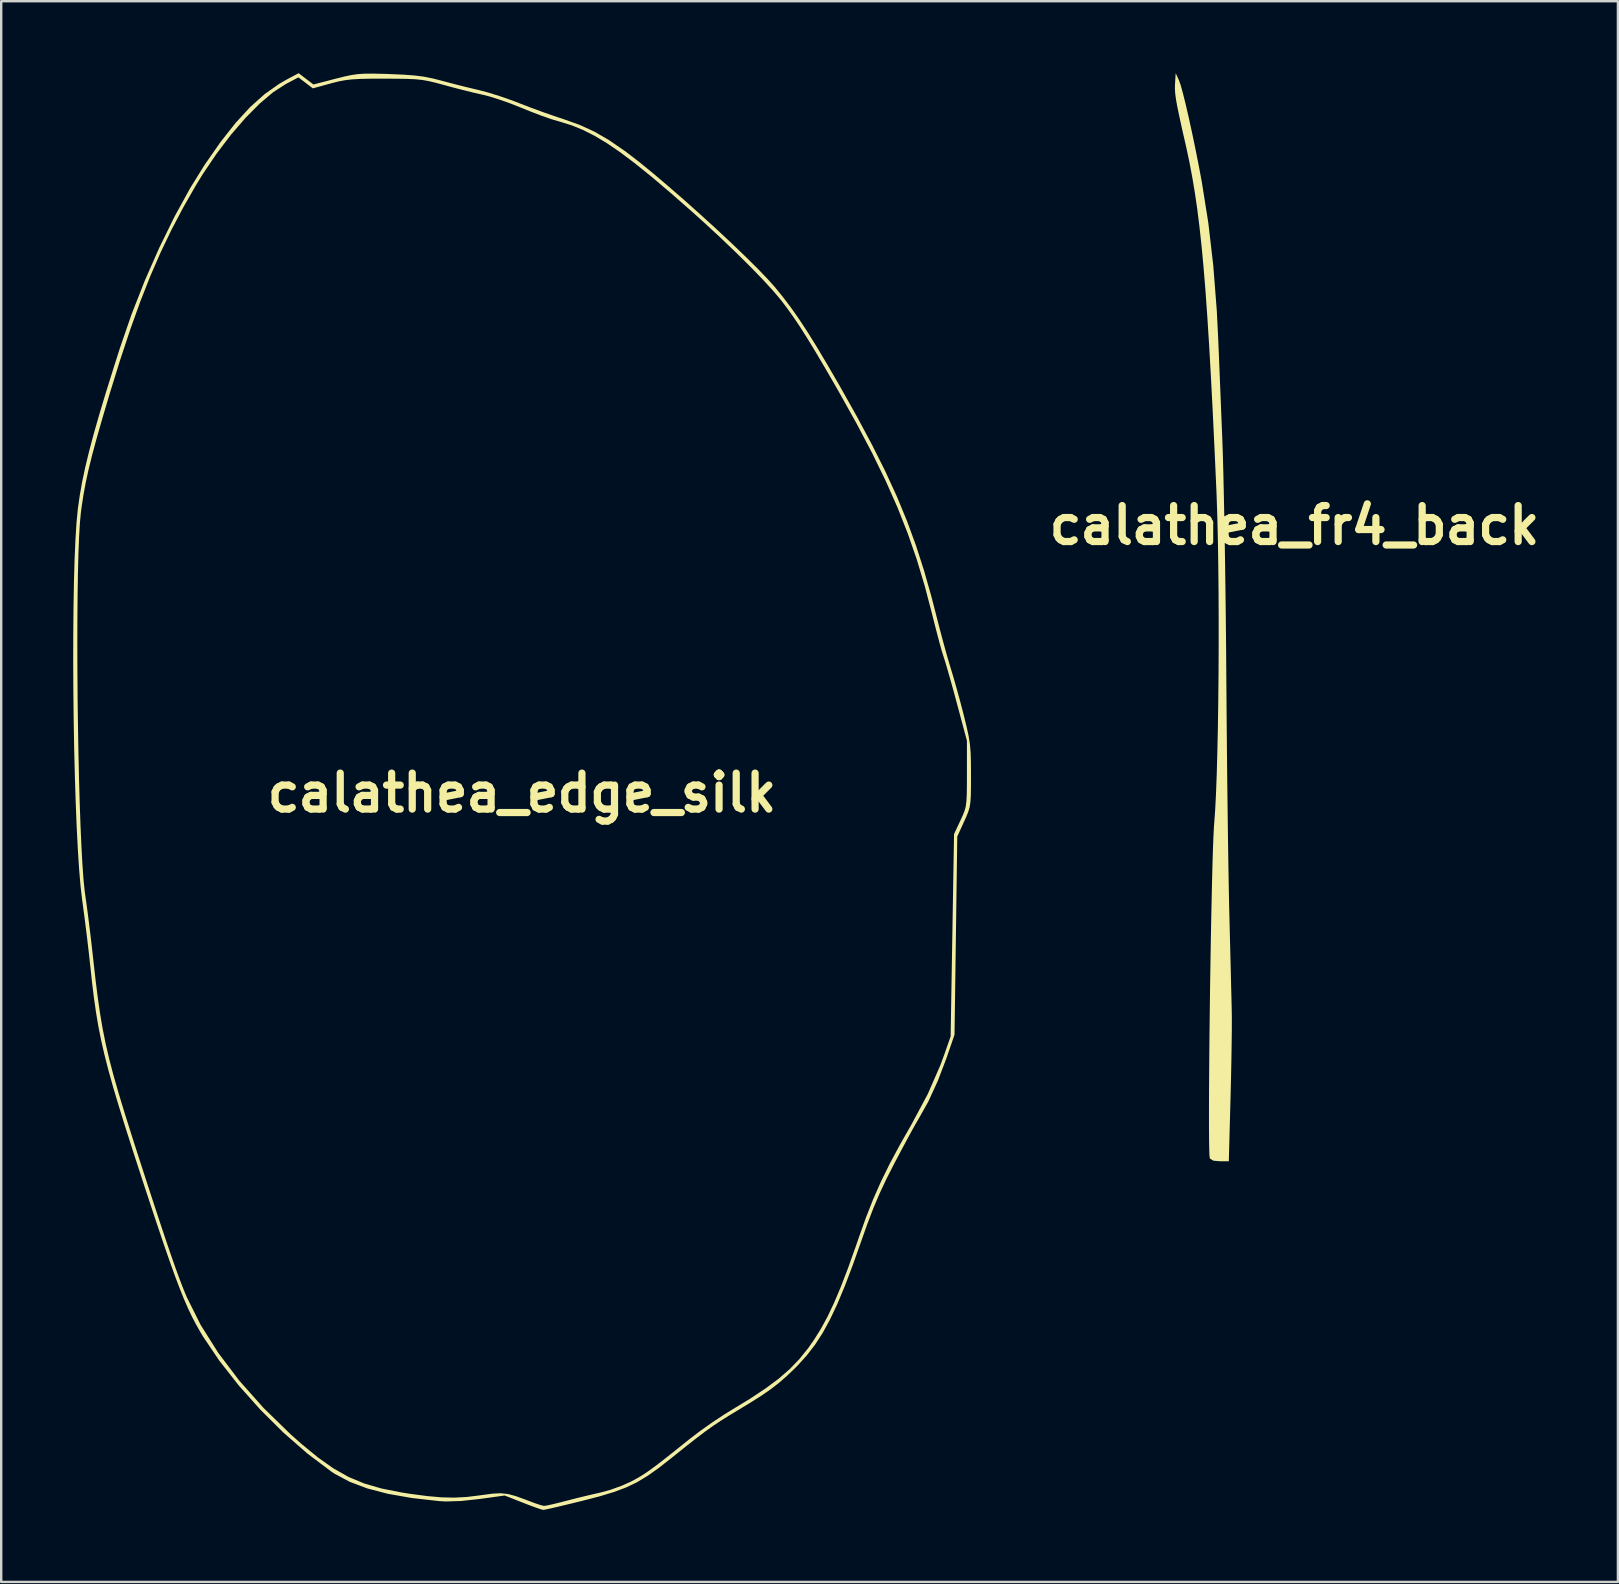
<source format=kicad_pcb>
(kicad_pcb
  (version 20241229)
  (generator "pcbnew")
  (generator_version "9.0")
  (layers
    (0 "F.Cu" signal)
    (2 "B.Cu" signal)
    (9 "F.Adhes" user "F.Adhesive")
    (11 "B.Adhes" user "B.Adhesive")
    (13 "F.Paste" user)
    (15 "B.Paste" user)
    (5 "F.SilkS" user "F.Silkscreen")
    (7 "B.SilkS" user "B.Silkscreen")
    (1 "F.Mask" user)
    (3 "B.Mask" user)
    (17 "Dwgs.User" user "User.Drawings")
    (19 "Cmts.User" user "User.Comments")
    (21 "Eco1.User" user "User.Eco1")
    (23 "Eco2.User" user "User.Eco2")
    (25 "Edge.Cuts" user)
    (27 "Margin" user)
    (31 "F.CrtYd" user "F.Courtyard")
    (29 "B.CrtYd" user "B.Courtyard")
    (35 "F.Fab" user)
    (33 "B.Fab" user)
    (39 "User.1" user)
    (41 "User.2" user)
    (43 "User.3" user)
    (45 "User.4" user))
  (footprint "calathea_edge_silk"
    (layer "F.Cu")
    (at 18.699 29.986)
    (property "Reference" "calathea_edge_silk" (at 0 0 0) (layer "F.SilkS") (effects (font (size 1.5 1.5) (thickness 0.3))))
    (attr board_only exclude_from_pos_files exclude_from_bom)
    (fp_poly (pts (xy -8.997 -29.751) (xy -8.688 -29.516) (xy -7.767 -29.755) (xy -7.404 -29.846) (xy -7.108 -29.909) (xy -6.837 -29.948) (xy -6.545 -29.967) (xy -6.188 -29.968) (xy -5.723 -29.957) (xy -5.518 -29.95) (xy -4.935 -29.925) (xy -4.473 -29.891) (xy -4.086 -29.841) (xy -3.726 -29.77) (xy -3.387 -29.684) (xy -2.919 -29.559) (xy -2.399 -29.427) (xy -1.921 -29.312) (xy -1.82 -29.289) (xy -1.41 -29.181) (xy -0.919 -29.028) (xy -0.419 -28.854) (xy -0.127 -28.742) (xy 0.37 -28.55) (xy 0.935 -28.343) (xy 1.479 -28.155) (xy 1.736 -28.071) (xy 2.407 -27.831) (xy 3.021 -27.549) (xy 3.629 -27.197) (xy 4.283 -26.747) (xy 4.41 -26.653) (xy 4.901 -26.274) (xy 5.47 -25.81) (xy 6.094 -25.281) (xy 6.754 -24.707) (xy 7.427 -24.106) (xy 8.094 -23.499) (xy 8.731 -22.904) (xy 9.319 -22.341) (xy 9.836 -21.828) (xy 10.261 -21.385) (xy 10.543 -21.069) (xy 10.882 -20.651) (xy 11.211 -20.217) (xy 11.543 -19.745) (xy 11.894 -19.211) (xy 12.278 -18.594) (xy 12.708 -17.872) (xy 13.201 -17.023) (xy 13.238 -16.959) (xy 13.963 -15.669) (xy 14.595 -14.487) (xy 15.146 -13.386) (xy 15.626 -12.34) (xy 16.046 -11.322) (xy 16.418 -10.307) (xy 16.753 -9.267) (xy 17.062 -8.178) (xy 17.229 -7.531) (xy 17.371 -6.974) (xy 17.52 -6.411) (xy 17.663 -5.888) (xy 17.788 -5.45) (xy 17.865 -5.197) (xy 17.981 -4.813) (xy 18.12 -4.325) (xy 18.265 -3.793) (xy 18.4 -3.277) (xy 18.411 -3.233) (xy 18.529 -2.752) (xy 18.612 -2.37) (xy 18.665 -2.035) (xy 18.695 -1.693) (xy 18.708 -1.292) (xy 18.711 -0.777) (xy 18.711 -0.736) (xy 18.71 -0.238) (xy 18.704 0.127) (xy 18.686 0.396) (xy 18.652 0.607) (xy 18.596 0.796) (xy 18.513 1.001) (xy 18.426 1.195) (xy 18.14 1.82) (xy 18.083 5.951) (xy 18.025 10.081) (xy 17.688 11.061) (xy 17.326 12.01) (xy 16.932 12.868) (xy 16.53 13.582) (xy 16.424 13.763) (xy 16.255 14.065) (xy 16.042 14.457) (xy 15.799 14.909) (xy 15.544 15.391) (xy 15.536 15.406) (xy 15.197 16.07) (xy 14.909 16.681) (xy 14.649 17.294) (xy 14.392 17.965) (xy 14.148 18.655) (xy 13.785 19.679) (xy 13.452 20.557) (xy 13.138 21.309) (xy 12.833 21.954) (xy 12.528 22.511) (xy 12.212 22.998) (xy 11.875 23.436) (xy 11.508 23.843) (xy 11.388 23.965) (xy 11.042 24.297) (xy 10.711 24.586) (xy 10.362 24.856) (xy 9.958 25.134) (xy 9.465 25.445) (xy 9.024 25.711) (xy 8.627 25.951) (xy 8.283 26.167) (xy 7.964 26.38) (xy 7.639 26.612) (xy 7.279 26.884) (xy 6.854 27.217) (xy 6.335 27.634) (xy 6.223 27.724) (xy 5.697 28.135) (xy 5.233 28.464) (xy 4.792 28.729) (xy 4.335 28.947) (xy 3.825 29.138) (xy 3.224 29.319) (xy 2.497 29.507) (xy 2.01 29.626) (xy 1.578 29.73) (xy 1.229 29.811) (xy 0.99 29.864) (xy 0.889 29.882) (xy 0.778 29.852) (xy 0.549 29.773) (xy 0.24 29.658) (xy 0.042 29.581) (xy -0.72 29.281) (xy -1.766 29.426) (xy -2.53 29.509) (xy -3.163 29.529) (xy -3.459 29.513) (xy -4.602 29.383) (xy -5.595 29.208) (xy -6.451 28.984) (xy -7.183 28.707) (xy -7.806 28.374) (xy -7.948 28.28) (xy -8.941 27.532) (xy -9.935 26.663) (xy -10.898 25.707) (xy -11.8 24.696) (xy -12.609 23.665) (xy -13.295 22.646) (xy -13.413 22.448) (xy -13.583 22.147) (xy -13.748 21.831) (xy -13.912 21.487) (xy -14.082 21.098) (xy -14.262 20.65) (xy -14.46 20.128) (xy -14.68 19.516) (xy -14.928 18.801) (xy -15.21 17.966) (xy -15.532 16.997) (xy -15.835 16.075) (xy -16.207 14.931) (xy -16.528 13.928) (xy -16.802 13.044) (xy -17.036 12.261) (xy -17.232 11.557) (xy -17.397 10.913) (xy -17.535 10.31) (xy -17.651 9.727) (xy -17.749 9.144) (xy -17.835 8.542) (xy -17.914 7.9) (xy -17.989 7.198) (xy -17.99 7.197) (xy -18.053 6.622) (xy -18.132 5.952) (xy -18.219 5.26) (xy -18.304 4.618) (xy -18.328 4.445) (xy -18.394 3.876) (xy -18.454 3.161) (xy -18.508 2.318) (xy -18.556 1.368) (xy -18.597 0.33) (xy -18.632 -0.776) (xy -18.66 -1.93) (xy -18.68 -3.113) (xy -18.693 -4.306) (xy -18.699 -5.488) (xy -18.697 -6.136) (xy -18.527 -6.136) (xy -18.523 -5.037) (xy -18.515 -3.916) (xy -18.5 -2.791) (xy -18.481 -1.683) (xy -18.457 -0.608) (xy -18.428 0.415) (xy -18.394 1.367) (xy -18.356 2.23) (xy -18.314 2.986) (xy -18.269 3.616) (xy -18.219 4.101) (xy -18.201 4.233) (xy -18.138 4.676) (xy -18.065 5.234) (xy -17.988 5.855) (xy -17.914 6.487) (xy -17.864 6.938) (xy -17.77 7.774) (xy -17.677 8.519) (xy -17.579 9.198) (xy -17.47 9.838) (xy -17.344 10.464) (xy -17.195 11.104) (xy -17.017 11.782) (xy -16.804 12.525) (xy -16.551 13.358) (xy -16.251 14.309) (xy -16.034 14.986) (xy -15.67 16.11) (xy -15.352 17.085) (xy -15.075 17.926) (xy -14.835 18.645) (xy -14.626 19.257) (xy -14.445 19.773) (xy -14.286 20.209) (xy -14.146 20.576) (xy -14.019 20.89) (xy -13.966 21.015) (xy -13.389 22.17) (xy -12.656 23.334) (xy -11.779 24.493) (xy -10.769 25.63) (xy -9.638 26.732) (xy -9.196 27.123) (xy -8.496 27.698) (xy -7.852 28.153) (xy -7.223 28.508) (xy -6.569 28.78) (xy -5.849 28.989) (xy -5.022 29.154) (xy -4.66 29.21) (xy -3.95 29.304) (xy -3.353 29.357) (xy -2.819 29.369) (xy -2.298 29.341) (xy -1.739 29.273) (xy -1.637 29.258) (xy -1.213 29.202) (xy -0.878 29.186) (xy -0.576 29.219) (xy -0.248 29.308) (xy 0.166 29.459) (xy 0.254 29.493) (xy 0.546 29.603) (xy 0.785 29.682) (xy 0.919 29.714) (xy 0.92 29.714) (xy 1.049 29.695) (xy 1.298 29.64) (xy 1.624 29.56) (xy 1.809 29.512) (xy 2.257 29.397) (xy 2.746 29.278) (xy 3.182 29.177) (xy 3.259 29.16) (xy 3.69 29.042) (xy 4.156 28.874) (xy 4.54 28.702) (xy 4.755 28.587) (xy 4.958 28.47) (xy 5.168 28.335) (xy 5.406 28.167) (xy 5.695 27.951) (xy 6.054 27.671) (xy 6.505 27.312) (xy 6.976 26.935) (xy 7.411 26.603) (xy 7.915 26.245) (xy 8.415 25.914) (xy 8.711 25.731) (xy 9.499 25.251) (xy 10.155 24.817) (xy 10.702 24.409) (xy 11.164 24.008) (xy 11.563 23.592) (xy 11.925 23.143) (xy 12.177 22.784) (xy 12.46 22.33) (xy 12.734 21.825) (xy 13.008 21.248) (xy 13.291 20.577) (xy 13.593 19.79) (xy 13.922 18.868) (xy 14.041 18.522) (xy 14.338 17.689) (xy 14.638 16.929) (xy 14.961 16.198) (xy 15.326 15.455) (xy 15.754 14.658) (xy 16.242 13.801) (xy 16.907 12.558) (xy 17.438 11.343) (xy 17.602 10.896) (xy 17.863 10.15) (xy 17.934 5.936) (xy 18.005 1.721) (xy 18.273 1.147) (xy 18.373 0.929) (xy 18.445 0.747) (xy 18.493 0.565) (xy 18.521 0.349) (xy 18.536 0.066) (xy 18.541 -0.321) (xy 18.542 -0.798) (xy 18.542 -2.169) (xy 18.123 -3.73) (xy 17.983 -4.249) (xy 17.847 -4.737) (xy 17.725 -5.161) (xy 17.629 -5.487) (xy 17.569 -5.673) (xy 17.502 -5.884) (xy 17.407 -6.223) (xy 17.293 -6.652) (xy 17.169 -7.134) (xy 17.09 -7.451) (xy 16.785 -8.616) (xy 16.451 -9.726) (xy 16.076 -10.808) (xy 15.65 -11.888) (xy 15.161 -12.99) (xy 14.6 -14.142) (xy 13.954 -15.369) (xy 13.213 -16.697) (xy 13.102 -16.891) (xy 12.639 -17.69) (xy 12.243 -18.361) (xy 11.899 -18.926) (xy 11.594 -19.407) (xy 11.313 -19.825) (xy 11.044 -20.202) (xy 10.793 -20.532) (xy 10.471 -20.914) (xy 10.038 -21.386) (xy 9.513 -21.927) (xy 8.914 -22.519) (xy 8.262 -23.142) (xy 7.574 -23.778) (xy 7.07 -24.231) (xy 6.188 -25.004) (xy 5.41 -25.664) (xy 4.719 -26.221) (xy 4.102 -26.686) (xy 3.544 -27.067) (xy 3.03 -27.376) (xy 2.546 -27.62) (xy 2.078 -27.811) (xy 1.61 -27.958) (xy 1.519 -27.983) (xy 1.219 -28.073) (xy 0.819 -28.213) (xy 0.375 -28.382) (xy -0.01 -28.538) (xy -0.459 -28.717) (xy -0.923 -28.882) (xy -1.342 -29.014) (xy -1.619 -29.085) (xy -1.966 -29.163) (xy -2.411 -29.273) (xy -2.889 -29.396) (xy -3.217 -29.486) (xy -3.578 -29.583) (xy -3.875 -29.654) (xy -4.148 -29.703) (xy -4.438 -29.733) (xy -4.784 -29.749) (xy -5.225 -29.756) (xy -5.715 -29.758) (xy -6.287 -29.757) (xy -6.727 -29.748) (xy -7.072 -29.729) (xy -7.358 -29.696) (xy -7.623 -29.647) (xy -7.904 -29.577) (xy -7.976 -29.557) (xy -8.714 -29.354) (xy -9.014 -29.583) (xy -9.314 -29.812) (xy -9.843 -29.532) (xy -10.366 -29.194) (xy -10.932 -28.716) (xy -11.524 -28.118) (xy -12.127 -27.419) (xy -12.722 -26.636) (xy -13.294 -25.79) (xy -13.583 -25.319) (xy -14.111 -24.397) (xy -14.597 -23.475) (xy -15.051 -22.53) (xy -15.483 -21.538) (xy -15.902 -20.475) (xy -16.317 -19.319) (xy -16.74 -18.045) (xy -17.179 -16.63) (xy -17.226 -16.472) (xy -17.5 -15.546) (xy -17.726 -14.755) (xy -17.91 -14.072) (xy -18.058 -13.472) (xy -18.176 -12.93) (xy -18.27 -12.418) (xy -18.348 -11.912) (xy -18.378 -11.684) (xy -18.419 -11.251) (xy -18.453 -10.667) (xy -18.481 -9.952) (xy -18.502 -9.122) (xy -18.516 -8.198) (xy -18.524 -7.196) (xy -18.527 -6.136) (xy -18.697 -6.136) (xy -18.696 -6.64) (xy -18.686 -7.742) (xy -18.668 -8.775) (xy -18.641 -9.718) (xy -18.605 -10.553) (xy -18.561 -11.26) (xy -18.507 -11.818) (xy -18.503 -11.85) (xy -18.426 -12.391) (xy -18.327 -12.951) (xy -18.2 -13.551) (xy -18.042 -14.208) (xy -17.848 -14.94) (xy -17.612 -15.765) (xy -17.33 -16.701) (xy -16.997 -17.765) (xy -16.749 -18.542) (xy -16.264 -19.947) (xy -15.713 -21.349) (xy -15.112 -22.713) (xy -14.478 -24.007) (xy -13.825 -25.196) (xy -13.22 -26.171) (xy -12.56 -27.118) (xy -11.932 -27.915) (xy -11.324 -28.576) (xy -10.722 -29.114) (xy -10.113 -29.543) (xy -9.811 -29.717) (xy -9.305 -29.986)) (stroke (width 0) (type solid)) (fill yes) (layer "F.SilkS")))
  (footprint "calathea_fr4_back"
    (layer "F.Cu")
    (at 50.889 18.838)
    (property "Reference" "calathea_fr4_back" (at 0 0 0) (layer "F.SilkS") (effects (font (size 1.5 1.5) (thickness 0.3))))
    (attr board_only exclude_from_pos_files exclude_from_bom)
    (fp_poly (pts (xy -4.812 -18.542) (xy -4.741 -18.341) (xy -4.646 -17.998) (xy -4.532 -17.538) (xy -4.404 -16.985) (xy -4.268 -16.363) (xy -4.129 -15.697) (xy -3.993 -15.012) (xy -3.865 -14.332) (xy -3.861 -14.309) (xy -3.59 -12.604) (xy -3.383 -10.825) (xy -3.236 -8.94) (xy -3.178 -7.789) (xy -3.163 -7.425) (xy -3.142 -6.922) (xy -3.117 -6.309) (xy -3.089 -5.617) (xy -3.059 -4.875) (xy -3.028 -4.114) (xy -3.008 -3.641) (xy -2.988 -3.06) (xy -2.967 -2.332) (xy -2.947 -1.476) (xy -2.927 -0.515) (xy -2.908 0.532) (xy -2.89 1.642) (xy -2.874 2.795) (xy -2.86 3.969) (xy -2.848 5.143) (xy -2.84 6.223) (xy -2.831 7.385) (xy -2.821 8.57) (xy -2.81 9.757) (xy -2.797 10.925) (xy -2.783 12.052) (xy -2.769 13.115) (xy -2.754 14.094) (xy -2.739 14.966) (xy -2.725 15.711) (xy -2.712 16.256) (xy -2.693 17.017) (xy -2.674 17.762) (xy -2.656 18.466) (xy -2.641 19.102) (xy -2.627 19.644) (xy -2.617 20.066) (xy -2.612 20.32) (xy -2.609 20.634) (xy -2.611 21.087) (xy -2.618 21.649) (xy -2.628 22.288) (xy -2.642 22.976) (xy -2.659 23.68) (xy -2.664 23.855) (xy -2.735 26.501) (xy -3.106 26.501) (xy -3.375 26.477) (xy -3.511 26.398) (xy -3.53 26.363) (xy -3.543 26.242) (xy -3.552 25.967) (xy -3.559 25.554) (xy -3.562 25.019) (xy -3.562 24.377) (xy -3.56 23.644) (xy -3.555 22.836) (xy -3.548 21.968) (xy -3.539 21.056) (xy -3.527 20.116) (xy -3.515 19.163) (xy -3.5 18.213) (xy -3.485 17.282) (xy -3.468 16.385) (xy -3.45 15.538) (xy -3.432 14.756) (xy -3.414 14.056) (xy -3.395 13.453) (xy -3.376 12.962) (xy -3.357 12.6) (xy -3.346 12.446) (xy -3.306 11.898) (xy -3.27 11.202) (xy -3.239 10.378) (xy -3.213 9.446) (xy -3.191 8.428) (xy -3.175 7.345) (xy -3.164 6.216) (xy -3.158 5.062) (xy -3.158 3.905) (xy -3.163 2.765) (xy -3.174 1.662) (xy -3.191 0.618) (xy -3.214 -0.347) (xy -3.243 -1.213) (xy -3.252 -1.439) (xy -3.331 -3.181) (xy -3.407 -4.766) (xy -3.482 -6.204) (xy -3.556 -7.508) (xy -3.631 -8.688) (xy -3.707 -9.758) (xy -3.786 -10.727) (xy -3.868 -11.608) (xy -3.955 -12.412) (xy -4.047 -13.151) (xy -4.147 -13.836) (xy -4.254 -14.48) (xy -4.369 -15.092) (xy -4.495 -15.686) (xy -4.537 -15.875) (xy -4.686 -16.528) (xy -4.798 -17.039) (xy -4.88 -17.435) (xy -4.935 -17.738) (xy -4.967 -17.972) (xy -4.981 -18.163) (xy -4.98 -18.333) (xy -4.976 -18.407) (xy -4.949 -18.838)) (stroke (width 0) (type solid)) (fill yes) (layer "F.SilkS")))
  (gr_rect
    (start -3 -3)
    (end 64.367 62.869)
    (stroke (width 0.1) (type default))
    (fill no)
    (layer "Edge.Cuts")))
</source>
